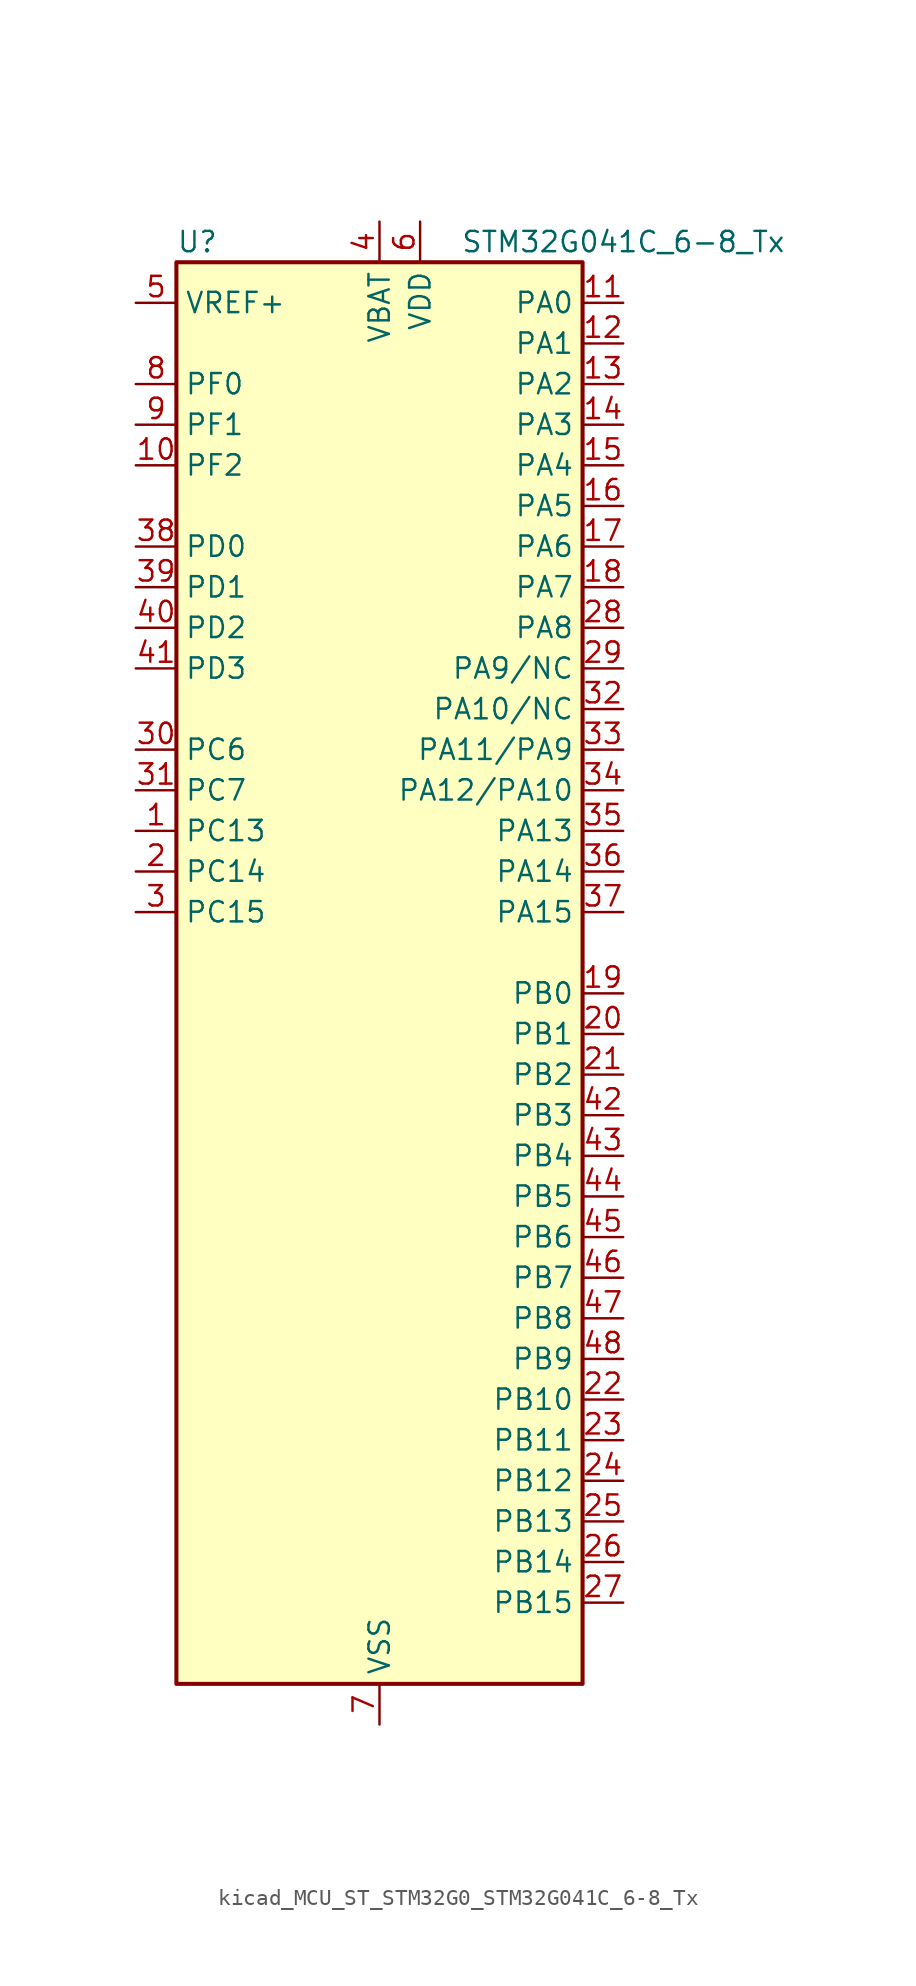
<source format=kicad_sym>
(kicad_symbol_lib
  (version 20220914)
  (generator kicad_symbol_editor)
  (symbol "kicad_MCU_ST_STM32G0_STM32G041C_6-8_Tx"
    (property "Reference" "U"
      (at -12.7 46.99 0)
      (effects (font (size 1.27 1.27)) (justify left)))
    (property "Value" "STM32G041C_6-8_Tx"
      (at 5.08 46.99 0)
      (effects (font (size 1.27 1.27)) (justify left)))
    (property "ki_locked" ""
      (at 0 0 0)
      (effects (font (size 1.27 1.27))))
    (symbol "kicad_MCU_ST_STM32G0_STM32G041C_6-8_Tx_0_1"
      (rectangle (start -12.7 -43.18) (end 12.7 45.72) (stroke (width 0.254) (type default)) (fill (type background))))
    (symbol "kicad_MCU_ST_STM32G0_STM32G041C_6-8_Tx_1_1"
      (pin bidirectional line (at -15.24 10.16 0) (length 2.54) (name "PC13" (effects (font (size 1.27 1.27)))) (number "1" (effects (font (size 1.27 1.27)))) (alternate "RTC_OUT_ALARM" bidirectional line) (alternate "RTC_OUT_CALIB" bidirectional line) (alternate "RTC_TAMP_IN1" bidirectional line) (alternate "RTC_TS" bidirectional line) (alternate "SYS_WKUP2" bidirectional line) (alternate "TIM1_BK" bidirectional line))
      (pin bidirectional line (at -15.24 33.02 0) (length 2.54) (name "PF2" (effects (font (size 1.27 1.27)))) (number "10" (effects (font (size 1.27 1.27)))) (alternate "RCC_MCO" bidirectional line))
      (pin bidirectional line (at 15.24 43.18 180) (length 2.54) (name "PA0" (effects (font (size 1.27 1.27)))) (number "11" (effects (font (size 1.27 1.27)))) (alternate "ADC1_IN0" bidirectional line) (alternate "LPTIM1_OUT" bidirectional line) (alternate "RTC_TAMP_IN2" bidirectional line) (alternate "SPI2_SCK" bidirectional line) (alternate "SYS_WKUP1" bidirectional line) (alternate "TIM2_CH1" bidirectional line) (alternate "TIM2_ETR" bidirectional line) (alternate "USART2_CTS" bidirectional line) (alternate "USART2_NSS" bidirectional line))
      (pin bidirectional line (at 15.24 40.64 180) (length 2.54) (name "PA1" (effects (font (size 1.27 1.27)))) (number "12" (effects (font (size 1.27 1.27)))) (alternate "ADC1_IN1" bidirectional line) (alternate "I2C1_SMBA" bidirectional line) (alternate "I2S1_CK" bidirectional line) (alternate "SPI1_SCK" bidirectional line) (alternate "TIM2_CH2" bidirectional line) (alternate "USART2_CK" bidirectional line) (alternate "USART2_DE" bidirectional line) (alternate "USART2_RTS" bidirectional line))
      (pin bidirectional line (at 15.24 38.1 180) (length 2.54) (name "PA2" (effects (font (size 1.27 1.27)))) (number "13" (effects (font (size 1.27 1.27)))) (alternate "ADC1_IN2" bidirectional line) (alternate "I2S1_SD" bidirectional line) (alternate "LPUART1_TX" bidirectional line) (alternate "RCC_LSCO" bidirectional line) (alternate "SPI1_MOSI" bidirectional line) (alternate "SYS_WKUP4" bidirectional line) (alternate "TIM2_CH3" bidirectional line) (alternate "USART2_TX" bidirectional line))
      (pin bidirectional line (at 15.24 35.56 180) (length 2.54) (name "PA3" (effects (font (size 1.27 1.27)))) (number "14" (effects (font (size 1.27 1.27)))) (alternate "ADC1_IN3" bidirectional line) (alternate "LPUART1_RX" bidirectional line) (alternate "SPI2_MISO" bidirectional line) (alternate "TIM2_CH4" bidirectional line) (alternate "USART2_RX" bidirectional line))
      (pin bidirectional line (at 15.24 33.02 180) (length 2.54) (name "PA4" (effects (font (size 1.27 1.27)))) (number "15" (effects (font (size 1.27 1.27)))) (alternate "ADC1_IN4" bidirectional line) (alternate "I2S1_WS" bidirectional line) (alternate "LPTIM2_OUT" bidirectional line) (alternate "RTC_OUT_ALARM" bidirectional line) (alternate "RTC_OUT_CALIB" bidirectional line) (alternate "SPI1_NSS" bidirectional line) (alternate "SPI2_MOSI" bidirectional line) (alternate "TIM14_CH1" bidirectional line))
      (pin bidirectional line (at 15.24 30.48 180) (length 2.54) (name "PA5" (effects (font (size 1.27 1.27)))) (number "16" (effects (font (size 1.27 1.27)))) (alternate "ADC1_IN5" bidirectional line) (alternate "I2S1_CK" bidirectional line) (alternate "LPTIM2_ETR" bidirectional line) (alternate "SPI1_SCK" bidirectional line) (alternate "TIM2_CH1" bidirectional line) (alternate "TIM2_ETR" bidirectional line))
      (pin bidirectional line (at 15.24 27.94 180) (length 2.54) (name "PA6" (effects (font (size 1.27 1.27)))) (number "17" (effects (font (size 1.27 1.27)))) (alternate "ADC1_IN6" bidirectional line) (alternate "I2S1_MCK" bidirectional line) (alternate "LPUART1_CTS" bidirectional line) (alternate "SPI1_MISO" bidirectional line) (alternate "TIM16_CH1" bidirectional line) (alternate "TIM1_BK" bidirectional line) (alternate "TIM3_CH1" bidirectional line))
      (pin bidirectional line (at 15.24 25.4 180) (length 2.54) (name "PA7" (effects (font (size 1.27 1.27)))) (number "18" (effects (font (size 1.27 1.27)))) (alternate "ADC1_IN7" bidirectional line) (alternate "I2S1_SD" bidirectional line) (alternate "SPI1_MOSI" bidirectional line) (alternate "TIM14_CH1" bidirectional line) (alternate "TIM17_CH1" bidirectional line) (alternate "TIM1_CH1N" bidirectional line) (alternate "TIM3_CH2" bidirectional line))
      (pin bidirectional line (at 15.24 0 180) (length 2.54) (name "PB0" (effects (font (size 1.27 1.27)))) (number "19" (effects (font (size 1.27 1.27)))) (alternate "ADC1_IN8" bidirectional line) (alternate "I2S1_WS" bidirectional line) (alternate "LPTIM1_OUT" bidirectional line) (alternate "SPI1_NSS" bidirectional line) (alternate "TIM1_CH2N" bidirectional line) (alternate "TIM3_CH3" bidirectional line))
      (pin bidirectional line (at -15.24 7.62 0) (length 2.54) (name "PC14" (effects (font (size 1.27 1.27)))) (number "2" (effects (font (size 1.27 1.27)))) (alternate "RCC_OSC32_IN" bidirectional line) (alternate "TIM1_BK2" bidirectional line))
      (pin bidirectional line (at 15.24 -2.54 180) (length 2.54) (name "PB1" (effects (font (size 1.27 1.27)))) (number "20" (effects (font (size 1.27 1.27)))) (alternate "ADC1_IN9" bidirectional line) (alternate "LPTIM2_IN1" bidirectional line) (alternate "LPUART1_DE" bidirectional line) (alternate "LPUART1_RTS" bidirectional line) (alternate "TIM14_CH1" bidirectional line) (alternate "TIM1_CH3N" bidirectional line) (alternate "TIM3_CH4" bidirectional line))
      (pin bidirectional line (at 15.24 -5.08 180) (length 2.54) (name "PB2" (effects (font (size 1.27 1.27)))) (number "21" (effects (font (size 1.27 1.27)))) (alternate "ADC1_IN10" bidirectional line) (alternate "LPTIM1_OUT" bidirectional line) (alternate "SPI2_MISO" bidirectional line))
      (pin bidirectional line (at 15.24 -25.4 180) (length 2.54) (name "PB10" (effects (font (size 1.27 1.27)))) (number "22" (effects (font (size 1.27 1.27)))) (alternate "ADC1_IN11" bidirectional line) (alternate "I2C2_SCL" bidirectional line) (alternate "LPUART1_RX" bidirectional line) (alternate "SPI2_SCK" bidirectional line) (alternate "TIM2_CH3" bidirectional line))
      (pin bidirectional line (at 15.24 -27.94 180) (length 2.54) (name "PB11" (effects (font (size 1.27 1.27)))) (number "23" (effects (font (size 1.27 1.27)))) (alternate "ADC1_EXTI11" bidirectional line) (alternate "ADC1_IN15" bidirectional line) (alternate "I2C2_SDA" bidirectional line) (alternate "LPUART1_TX" bidirectional line) (alternate "SPI2_MOSI" bidirectional line) (alternate "TIM2_CH4" bidirectional line))
      (pin bidirectional line (at 15.24 -30.48 180) (length 2.54) (name "PB12" (effects (font (size 1.27 1.27)))) (number "24" (effects (font (size 1.27 1.27)))) (alternate "ADC1_IN16" bidirectional line) (alternate "LPUART1_DE" bidirectional line) (alternate "LPUART1_RTS" bidirectional line) (alternate "SPI2_NSS" bidirectional line) (alternate "TIM1_BK" bidirectional line))
      (pin bidirectional line (at 15.24 -33.02 180) (length 2.54) (name "PB13" (effects (font (size 1.27 1.27)))) (number "25" (effects (font (size 1.27 1.27)))) (alternate "I2C2_SCL" bidirectional line) (alternate "LPUART1_CTS" bidirectional line) (alternate "SPI2_SCK" bidirectional line) (alternate "TIM1_CH1N" bidirectional line))
      (pin bidirectional line (at 15.24 -35.56 180) (length 2.54) (name "PB14" (effects (font (size 1.27 1.27)))) (number "26" (effects (font (size 1.27 1.27)))) (alternate "I2C2_SDA" bidirectional line) (alternate "SPI2_MISO" bidirectional line) (alternate "TIM1_CH2N" bidirectional line))
      (pin bidirectional line (at 15.24 -38.1 180) (length 2.54) (name "PB15" (effects (font (size 1.27 1.27)))) (number "27" (effects (font (size 1.27 1.27)))) (alternate "RTC_REFIN" bidirectional line) (alternate "SPI2_MOSI" bidirectional line) (alternate "TIM1_CH3N" bidirectional line))
      (pin bidirectional line (at 15.24 22.86 180) (length 2.54) (name "PA8" (effects (font (size 1.27 1.27)))) (number "28" (effects (font (size 1.27 1.27)))) (alternate "LPTIM2_OUT" bidirectional line) (alternate "RCC_MCO" bidirectional line) (alternate "SPI2_NSS" bidirectional line) (alternate "TIM1_CH1" bidirectional line))
      (pin bidirectional line (at 15.24 20.32 180) (length 2.54) (name "PA9/NC" (effects (font (size 1.27 1.27)))) (number "29" (effects (font (size 1.27 1.27)))) (alternate "I2C1_SCL" bidirectional line) (alternate "RCC_MCO" bidirectional line) (alternate "SPI2_MISO" bidirectional line) (alternate "TIM1_CH2" bidirectional line) (alternate "USART1_TX" bidirectional line))
      (pin bidirectional line (at -15.24 5.08 0) (length 2.54) (name "PC15" (effects (font (size 1.27 1.27)))) (number "3" (effects (font (size 1.27 1.27)))) (alternate "RCC_OSC32_EN" bidirectional line) (alternate "RCC_OSC32_OUT" bidirectional line) (alternate "RCC_OSC_EN" bidirectional line))
      (pin bidirectional line (at -15.24 15.24 0) (length 2.54) (name "PC6" (effects (font (size 1.27 1.27)))) (number "30" (effects (font (size 1.27 1.27)))) (alternate "TIM2_CH3" bidirectional line) (alternate "TIM3_CH1" bidirectional line))
      (pin bidirectional line (at -15.24 12.7 0) (length 2.54) (name "PC7" (effects (font (size 1.27 1.27)))) (number "31" (effects (font (size 1.27 1.27)))) (alternate "TIM2_CH4" bidirectional line) (alternate "TIM3_CH2" bidirectional line))
      (pin bidirectional line (at 15.24 17.78 180) (length 2.54) (name "PA10/NC" (effects (font (size 1.27 1.27)))) (number "32" (effects (font (size 1.27 1.27)))) (alternate "I2C1_SDA" bidirectional line) (alternate "SPI2_MOSI" bidirectional line) (alternate "TIM17_BK" bidirectional line) (alternate "TIM1_CH3" bidirectional line) (alternate "USART1_RX" bidirectional line))
      (pin bidirectional line (at 15.24 15.24 180) (length 2.54) (name "PA11/PA9" (effects (font (size 1.27 1.27)))) (number "33" (effects (font (size 1.27 1.27)))) (alternate "ADC1_EXTI11" bidirectional line) (alternate "I2C2_SCL" bidirectional line) (alternate "I2S1_MCK" bidirectional line) (alternate "SPI1_MISO" bidirectional line) (alternate "TIM1_BK2" bidirectional line) (alternate "TIM1_CH4" bidirectional line) (alternate "USART1_CTS" bidirectional line) (alternate "USART1_NSS" bidirectional line))
      (pin bidirectional line (at 15.24 12.7 180) (length 2.54) (name "PA12/PA10" (effects (font (size 1.27 1.27)))) (number "34" (effects (font (size 1.27 1.27)))) (alternate "I2C2_SDA" bidirectional line) (alternate "I2S1_SD" bidirectional line) (alternate "I2S_CKIN" bidirectional line) (alternate "SPI1_MOSI" bidirectional line) (alternate "TIM1_ETR" bidirectional line) (alternate "USART1_CK" bidirectional line) (alternate "USART1_DE" bidirectional line) (alternate "USART1_RTS" bidirectional line))
      (pin bidirectional line (at 15.24 10.16 180) (length 2.54) (name "PA13" (effects (font (size 1.27 1.27)))) (number "35" (effects (font (size 1.27 1.27)))) (alternate "ADC1_IN17" bidirectional line) (alternate "IR_OUT" bidirectional line) (alternate "SYS_SWDIO" bidirectional line))
      (pin bidirectional line (at 15.24 7.62 180) (length 2.54) (name "PA14" (effects (font (size 1.27 1.27)))) (number "36" (effects (font (size 1.27 1.27)))) (alternate "ADC1_IN18" bidirectional line) (alternate "SYS_SWCLK" bidirectional line) (alternate "USART2_TX" bidirectional line))
      (pin bidirectional line (at 15.24 5.08 180) (length 2.54) (name "PA15" (effects (font (size 1.27 1.27)))) (number "37" (effects (font (size 1.27 1.27)))) (alternate "I2S1_WS" bidirectional line) (alternate "SPI1_NSS" bidirectional line) (alternate "TIM2_CH1" bidirectional line) (alternate "TIM2_ETR" bidirectional line) (alternate "USART2_RX" bidirectional line))
      (pin bidirectional line (at -15.24 27.94 0) (length 2.54) (name "PD0" (effects (font (size 1.27 1.27)))) (number "38" (effects (font (size 1.27 1.27)))) (alternate "SPI2_NSS" bidirectional line) (alternate "TIM16_CH1" bidirectional line))
      (pin bidirectional line (at -15.24 25.4 0) (length 2.54) (name "PD1" (effects (font (size 1.27 1.27)))) (number "39" (effects (font (size 1.27 1.27)))) (alternate "SPI2_SCK" bidirectional line) (alternate "TIM17_CH1" bidirectional line))
      (pin power_in line (at 0 48.26 270) (length 2.54) (name "VBAT" (effects (font (size 1.27 1.27)))) (number "4" (effects (font (size 1.27 1.27)))))
      (pin bidirectional line (at -15.24 22.86 0) (length 2.54) (name "PD2" (effects (font (size 1.27 1.27)))) (number "40" (effects (font (size 1.27 1.27)))) (alternate "TIM1_CH1N" bidirectional line) (alternate "TIM3_ETR" bidirectional line))
      (pin bidirectional line (at -15.24 20.32 0) (length 2.54) (name "PD3" (effects (font (size 1.27 1.27)))) (number "41" (effects (font (size 1.27 1.27)))) (alternate "SPI2_MISO" bidirectional line) (alternate "TIM1_CH2N" bidirectional line) (alternate "USART2_CTS" bidirectional line) (alternate "USART2_NSS" bidirectional line))
      (pin bidirectional line (at 15.24 -7.62 180) (length 2.54) (name "PB3" (effects (font (size 1.27 1.27)))) (number "42" (effects (font (size 1.27 1.27)))) (alternate "I2S1_CK" bidirectional line) (alternate "SPI1_SCK" bidirectional line) (alternate "TIM1_CH2" bidirectional line) (alternate "TIM2_CH2" bidirectional line) (alternate "USART1_CK" bidirectional line) (alternate "USART1_DE" bidirectional line) (alternate "USART1_RTS" bidirectional line))
      (pin bidirectional line (at 15.24 -10.16 180) (length 2.54) (name "PB4" (effects (font (size 1.27 1.27)))) (number "43" (effects (font (size 1.27 1.27)))) (alternate "I2S1_MCK" bidirectional line) (alternate "SPI1_MISO" bidirectional line) (alternate "TIM17_BK" bidirectional line) (alternate "TIM3_CH1" bidirectional line) (alternate "USART1_CTS" bidirectional line) (alternate "USART1_NSS" bidirectional line))
      (pin bidirectional line (at 15.24 -12.7 180) (length 2.54) (name "PB5" (effects (font (size 1.27 1.27)))) (number "44" (effects (font (size 1.27 1.27)))) (alternate "I2C1_SMBA" bidirectional line) (alternate "I2S1_SD" bidirectional line) (alternate "LPTIM1_IN1" bidirectional line) (alternate "SPI1_MOSI" bidirectional line) (alternate "SYS_WKUP6" bidirectional line) (alternate "TIM16_BK" bidirectional line) (alternate "TIM3_CH2" bidirectional line))
      (pin bidirectional line (at 15.24 -15.24 180) (length 2.54) (name "PB6" (effects (font (size 1.27 1.27)))) (number "45" (effects (font (size 1.27 1.27)))) (alternate "I2C1_SCL" bidirectional line) (alternate "LPTIM1_ETR" bidirectional line) (alternate "SPI2_MISO" bidirectional line) (alternate "TIM16_CH1N" bidirectional line) (alternate "TIM1_CH3" bidirectional line) (alternate "USART1_TX" bidirectional line))
      (pin bidirectional line (at 15.24 -17.78 180) (length 2.54) (name "PB7" (effects (font (size 1.27 1.27)))) (number "46" (effects (font (size 1.27 1.27)))) (alternate "I2C1_SDA" bidirectional line) (alternate "LPTIM1_IN2" bidirectional line) (alternate "SPI2_MOSI" bidirectional line) (alternate "SYS_PVD_IN" bidirectional line) (alternate "TIM17_CH1N" bidirectional line) (alternate "USART1_RX" bidirectional line))
      (pin bidirectional line (at 15.24 -20.32 180) (length 2.54) (name "PB8" (effects (font (size 1.27 1.27)))) (number "47" (effects (font (size 1.27 1.27)))) (alternate "I2C1_SCL" bidirectional line) (alternate "SPI2_SCK" bidirectional line) (alternate "TIM16_CH1" bidirectional line))
      (pin bidirectional line (at 15.24 -22.86 180) (length 2.54) (name "PB9" (effects (font (size 1.27 1.27)))) (number "48" (effects (font (size 1.27 1.27)))) (alternate "I2C1_SDA" bidirectional line) (alternate "IR_OUT" bidirectional line) (alternate "SPI2_NSS" bidirectional line) (alternate "TIM17_CH1" bidirectional line))
      (pin input line (at -15.24 43.18 0) (length 2.54) (name "VREF+" (effects (font (size 1.27 1.27)))) (number "5" (effects (font (size 1.27 1.27)))) (alternate "VREFBUF_OUT" bidirectional line))
      (pin power_in line (at 2.54 48.26 270) (length 2.54) (name "VDD" (effects (font (size 1.27 1.27)))) (number "6" (effects (font (size 1.27 1.27)))))
      (pin power_in line (at 0 -45.72 90) (length 2.54) (name "VSS" (effects (font (size 1.27 1.27)))) (number "7" (effects (font (size 1.27 1.27)))))
      (pin bidirectional line (at -15.24 38.1 0) (length 2.54) (name "PF0" (effects (font (size 1.27 1.27)))) (number "8" (effects (font (size 1.27 1.27)))) (alternate "RCC_OSC_IN" bidirectional line) (alternate "TIM14_CH1" bidirectional line))
      (pin bidirectional line (at -15.24 35.56 0) (length 2.54) (name "PF1" (effects (font (size 1.27 1.27)))) (number "9" (effects (font (size 1.27 1.27)))) (alternate "RCC_OSC_EN" bidirectional line) (alternate "RCC_OSC_OUT" bidirectional line)))))
</source>
